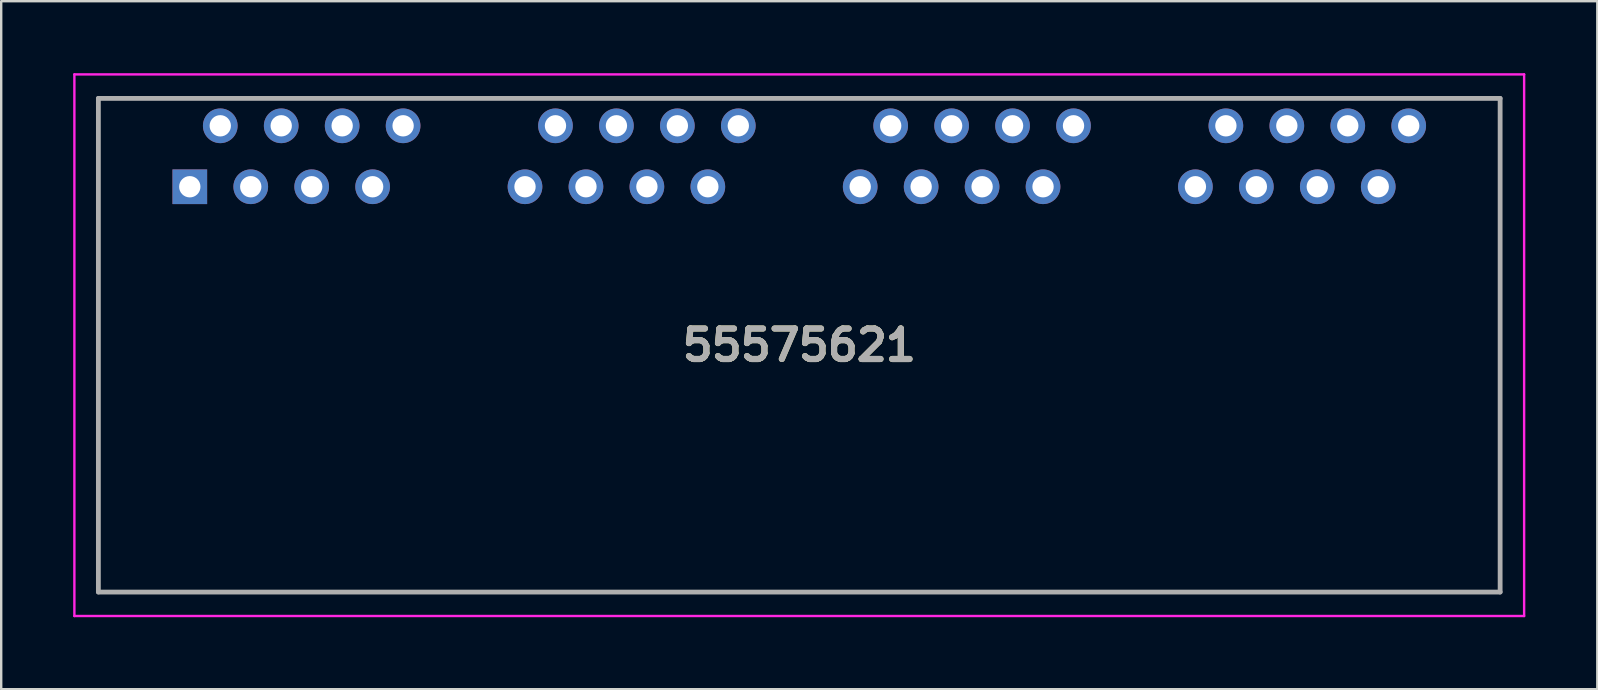
<source format=kicad_pcb>
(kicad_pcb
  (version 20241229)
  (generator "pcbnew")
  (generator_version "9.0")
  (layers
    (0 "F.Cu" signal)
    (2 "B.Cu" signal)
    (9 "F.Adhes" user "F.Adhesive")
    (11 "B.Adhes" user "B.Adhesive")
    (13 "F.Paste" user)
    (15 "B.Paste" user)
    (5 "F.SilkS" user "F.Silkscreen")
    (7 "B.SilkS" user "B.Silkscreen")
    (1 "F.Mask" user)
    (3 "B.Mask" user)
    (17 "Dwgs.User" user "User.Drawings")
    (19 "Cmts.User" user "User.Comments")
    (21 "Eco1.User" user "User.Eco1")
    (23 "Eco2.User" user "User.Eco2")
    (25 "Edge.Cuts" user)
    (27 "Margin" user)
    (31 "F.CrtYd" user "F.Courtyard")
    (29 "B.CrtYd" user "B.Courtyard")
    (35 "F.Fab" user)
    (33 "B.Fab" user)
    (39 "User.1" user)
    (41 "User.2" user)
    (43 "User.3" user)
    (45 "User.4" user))
  (footprint "55575621"
    (layer "F.Cu")
    (at 4.86 4.733)
    (property "Reference" "55575621" (at 25.4 6.604 0) (layer "F.SilkS") (effects (font (size 1.27 1.27) (thickness 0.254))))
    (attr through_hole)
    (fp_line (start -3.81 -3.683) (end 54.61 -3.683) (stroke (width 0.1) (type solid)) (layer "F.SilkS"))
    (fp_line (start -3.81 16.891) (end -3.81 -3.683) (stroke (width 0.1) (type solid)) (layer "F.SilkS"))
    (fp_line (start 54.61 -3.683) (end 54.61 16.891) (stroke (width 0.1) (type solid)) (layer "F.SilkS"))
    (fp_line (start 54.61 16.891) (end -3.81 16.891) (stroke (width 0.1) (type solid)) (layer "F.SilkS"))
    (fp_line (start -4.81 -4.683) (end 55.61 -4.683) (stroke (width 0.1) (type solid)) (layer "F.CrtYd"))
    (fp_line (start -4.81 17.891) (end -4.81 -4.683) (stroke (width 0.1) (type solid)) (layer "F.CrtYd"))
    (fp_line (start 55.61 -4.683) (end 55.61 17.891) (stroke (width 0.1) (type solid)) (layer "F.CrtYd"))
    (fp_line (start 55.61 17.891) (end -4.81 17.891) (stroke (width 0.1) (type solid)) (layer "F.CrtYd"))
    (fp_line (start -3.81 -3.683) (end -3.81 16.891) (stroke (width 0.2) (type solid)) (layer "F.Fab"))
    (fp_line (start -3.81 16.891) (end 54.61 16.891) (stroke (width 0.2) (type solid)) (layer "F.Fab"))
    (fp_line (start 54.61 -3.683) (end -3.81 -3.683) (stroke (width 0.2) (type solid)) (layer "F.Fab"))
    (fp_line (start 54.61 16.891) (end 54.61 -3.683) (stroke (width 0.2) (type solid)) (layer "F.Fab"))
    (fp_text user "${REFERENCE}" (at 25.4 6.604 0) (layer "F.Fab") (effects (font (size 1.27 1.27) (thickness 0.254))))
    (pad "" np_thru_hole circle (at -1.27 6.35) (size 0.001 0.001) (drill 3.251) (layers "*.Cu" "*.Mask"))
    (pad "" np_thru_hole circle (at 52.07 6.35) (size 0.001 0.001) (drill 3.251) (layers "*.Cu" "*.Mask"))
    (pad "A1" thru_hole rect (at 0 0) (size 1.445 1.445) (drill 0.889) (layers "*.Cu" "*.Mask"))
    (pad "A2" thru_hole circle (at 1.27 -2.54) (size 1.445 1.445) (drill 0.889) (layers "*.Cu" "*.Mask"))
    (pad "A3" thru_hole circle (at 2.54 0) (size 1.445 1.445) (drill 0.889) (layers "*.Cu" "*.Mask"))
    (pad "A4" thru_hole circle (at 3.81 -2.54) (size 1.445 1.445) (drill 0.889) (layers "*.Cu" "*.Mask"))
    (pad "A5" thru_hole circle (at 5.08 0) (size 1.445 1.445) (drill 0.889) (layers "*.Cu" "*.Mask"))
    (pad "A6" thru_hole circle (at 6.35 -2.54) (size 1.445 1.445) (drill 0.889) (layers "*.Cu" "*.Mask"))
    (pad "A7" thru_hole circle (at 7.62 0) (size 1.445 1.445) (drill 0.889) (layers "*.Cu" "*.Mask"))
    (pad "A8" thru_hole circle (at 8.89 -2.54) (size 1.445 1.445) (drill 0.889) (layers "*.Cu" "*.Mask"))
    (pad "B1" thru_hole circle (at 13.97 0) (size 1.445 1.445) (drill 0.889) (layers "*.Cu" "*.Mask"))
    (pad "B2" thru_hole circle (at 15.24 -2.54) (size 1.445 1.445) (drill 0.889) (layers "*.Cu" "*.Mask"))
    (pad "B3" thru_hole circle (at 16.51 0) (size 1.445 1.445) (drill 0.889) (layers "*.Cu" "*.Mask"))
    (pad "B4" thru_hole circle (at 17.78 -2.54) (size 1.445 1.445) (drill 0.889) (layers "*.Cu" "*.Mask"))
    (pad "B5" thru_hole circle (at 19.05 0) (size 1.445 1.445) (drill 0.889) (layers "*.Cu" "*.Mask"))
    (pad "B6" thru_hole circle (at 20.32 -2.54) (size 1.445 1.445) (drill 0.889) (layers "*.Cu" "*.Mask"))
    (pad "B7" thru_hole circle (at 21.59 0) (size 1.445 1.445) (drill 0.889) (layers "*.Cu" "*.Mask"))
    (pad "B8" thru_hole circle (at 22.86 -2.54) (size 1.445 1.445) (drill 0.889) (layers "*.Cu" "*.Mask"))
    (pad "C1" thru_hole circle (at 27.94 0) (size 1.445 1.445) (drill 0.889) (layers "*.Cu" "*.Mask"))
    (pad "C2" thru_hole circle (at 29.21 -2.54) (size 1.445 1.445) (drill 0.889) (layers "*.Cu" "*.Mask"))
    (pad "C3" thru_hole circle (at 30.48 0) (size 1.445 1.445) (drill 0.889) (layers "*.Cu" "*.Mask"))
    (pad "C4" thru_hole circle (at 31.75 -2.54) (size 1.445 1.445) (drill 0.889) (layers "*.Cu" "*.Mask"))
    (pad "C5" thru_hole circle (at 33.02 0) (size 1.445 1.445) (drill 0.889) (layers "*.Cu" "*.Mask"))
    (pad "C6" thru_hole circle (at 34.29 -2.54) (size 1.445 1.445) (drill 0.889) (layers "*.Cu" "*.Mask"))
    (pad "C7" thru_hole circle (at 35.56 0) (size 1.445 1.445) (drill 0.889) (layers "*.Cu" "*.Mask"))
    (pad "C8" thru_hole circle (at 36.83 -2.54) (size 1.445 1.445) (drill 0.889) (layers "*.Cu" "*.Mask"))
    (pad "D1" thru_hole circle (at 41.91 0) (size 1.445 1.445) (drill 0.889) (layers "*.Cu" "*.Mask"))
    (pad "D2" thru_hole circle (at 43.18 -2.54) (size 1.445 1.445) (drill 0.889) (layers "*.Cu" "*.Mask"))
    (pad "D3" thru_hole circle (at 44.45 0) (size 1.445 1.445) (drill 0.889) (layers "*.Cu" "*.Mask"))
    (pad "D4" thru_hole circle (at 45.72 -2.54) (size 1.445 1.445) (drill 0.889) (layers "*.Cu" "*.Mask"))
    (pad "D5" thru_hole circle (at 46.99 0) (size 1.445 1.445) (drill 0.889) (layers "*.Cu" "*.Mask"))
    (pad "D6" thru_hole circle (at 48.26 -2.54) (size 1.445 1.445) (drill 0.889) (layers "*.Cu" "*.Mask"))
    (pad "D7" thru_hole circle (at 49.53 0) (size 1.445 1.445) (drill 0.889) (layers "*.Cu" "*.Mask"))
    (pad "D8" thru_hole circle (at 50.8 -2.54) (size 1.445 1.445) (drill 0.889) (layers "*.Cu" "*.Mask")))
  (gr_rect
    (start -3 -3)
    (end 63.52 25.674)
    (stroke (width 0.1) (type default))
    (fill no)
    (layer "Edge.Cuts")))
</source>
